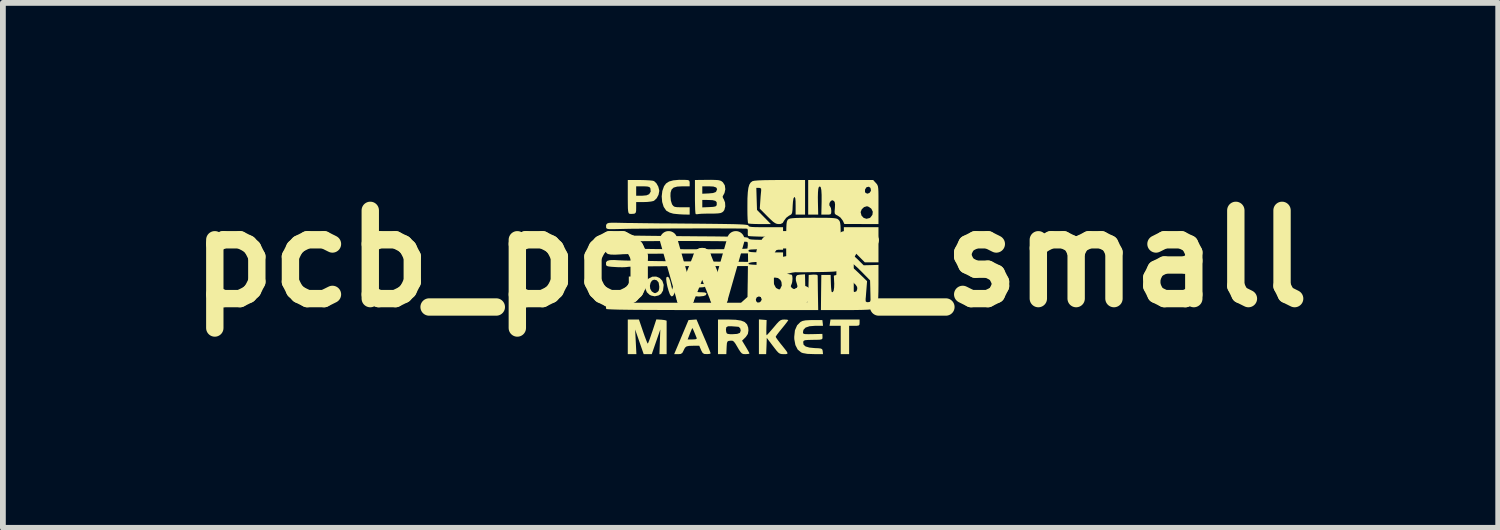
<source format=kicad_pcb>
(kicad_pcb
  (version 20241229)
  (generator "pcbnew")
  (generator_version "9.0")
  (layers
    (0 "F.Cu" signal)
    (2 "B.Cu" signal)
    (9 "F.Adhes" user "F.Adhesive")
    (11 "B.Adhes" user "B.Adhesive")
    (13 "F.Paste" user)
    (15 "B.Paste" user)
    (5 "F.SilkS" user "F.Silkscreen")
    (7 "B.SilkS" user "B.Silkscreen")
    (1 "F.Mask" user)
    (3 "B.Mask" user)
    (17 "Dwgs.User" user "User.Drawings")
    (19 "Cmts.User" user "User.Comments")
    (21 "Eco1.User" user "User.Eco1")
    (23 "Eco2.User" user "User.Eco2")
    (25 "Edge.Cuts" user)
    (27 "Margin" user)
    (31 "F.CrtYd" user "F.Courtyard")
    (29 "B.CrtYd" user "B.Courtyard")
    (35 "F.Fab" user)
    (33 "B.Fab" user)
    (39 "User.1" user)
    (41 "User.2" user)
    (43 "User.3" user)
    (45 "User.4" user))
  (footprint "pcb_power_small"
    (layer "F.Cu")
    (at 9.913 1.418)
    (property "Reference" "pcb_power_small" (at 0 0 0) (layer "F.SilkS") (effects (font (size 1.524 1.524) (thickness 0.3))))
    (attr board_only exclude_from_pos_files exclude_from_bom)
    (fp_poly (pts (xy 2.21 -0.38) (xy 1.612 -0.38) (xy 1.612 -0.544) (xy 2.21 -0.544)) (stroke (width 0) (type solid)) (fill yes) (layer "F.SilkS"))
    (fp_poly (pts (xy 2.21 0.063) (xy 1.974 0.063) (xy 1.862 -0.05) (xy 1.804 -0.106) (xy 1.763 -0.14) (xy 1.729 -0.157) (xy 1.694 -0.163) (xy 1.681 -0.163) (xy 1.612 -0.163) (xy 1.612 -0.326) (xy 2.21 -0.326)) (stroke (width 0) (type solid)) (fill yes) (layer "F.SilkS"))
    (fp_poly (pts (xy 1.884 1.105) (xy 1.882 1.137) (xy 1.87 1.153) (xy 1.838 1.159) (xy 1.794 1.159) (xy 1.703 1.159) (xy 1.703 1.649) (xy 1.558 1.649) (xy 1.558 1.159) (xy 1.365 1.159) (xy 1.381 1.051) (xy 1.884 1.051)) (stroke (width 0) (type solid)) (fill yes) (layer "F.SilkS"))
    (fp_poly (pts (xy -1.935 0.319) (xy -1.882 0.348) (xy -1.852 0.387) (xy -1.848 0.431) (xy -1.871 0.472) (xy -1.921 0.505) (xy -1.965 0.517) (xy -2.008 0.531) (xy -2.027 0.556) (xy -2.033 0.586) (xy -2.047 0.633) (xy -2.07 0.649) (xy -2.085 0.648) (xy -2.094 0.635) (xy -2.099 0.604) (xy -2.101 0.547) (xy -2.102 0.481) (xy -2.102 0.408) (xy -2.029 0.408) (xy -2.022 0.442) (xy -1.992 0.453) (xy -1.985 0.453) (xy -1.946 0.446) (xy -1.929 0.434) (xy -1.929 0.405) (xy -1.952 0.378) (xy -1.988 0.363) (xy -1.995 0.362) (xy -2.022 0.374) (xy -2.029 0.408) (xy -2.102 0.408) (xy -2.102 0.308) (xy -2.011 0.308)) (stroke (width 0) (type solid)) (fill yes) (layer "F.SilkS"))
    (fp_poly (pts (xy -1.538 1.054) (xy -1.487 1.06) (xy -1.455 1.068) (xy -1.449 1.073) (xy -1.449 1.095) (xy -1.449 1.147) (xy -1.449 1.222) (xy -1.449 1.313) (xy -1.449 1.368) (xy -1.449 1.649) (xy -1.573 1.649) (xy -1.566 1.436) (xy -1.558 1.223) (xy -1.632 1.436) (xy -1.706 1.649) (xy -1.845 1.649) (xy -1.919 1.436) (xy -1.993 1.223) (xy -1.982 1.436) (xy -1.971 1.649) (xy -2.12 1.649) (xy -2.12 1.051) (xy -1.927 1.051) (xy -1.856 1.259) (xy -1.828 1.339) (xy -1.803 1.405) (xy -1.785 1.45) (xy -1.775 1.467) (xy -1.775 1.467) (xy -1.766 1.451) (xy -1.748 1.407) (xy -1.725 1.342) (xy -1.698 1.262) (xy -1.696 1.258) (xy -1.627 1.049)) (stroke (width 0) (type solid)) (fill yes) (layer "F.SilkS"))
    (fp_poly (pts (xy -1.569 0.334) (xy -1.523 0.382) (xy -1.501 0.448) (xy -1.501 0.464) (xy -1.511 0.55) (xy -1.545 0.608) (xy -1.588 0.635) (xy -1.654 0.65) (xy -1.713 0.638) (xy -1.742 0.625) (xy -1.79 0.58) (xy -1.816 0.517) (xy -1.818 0.468) (xy -1.738 0.468) (xy -1.732 0.52) (xy -1.708 0.562) (xy -1.699 0.57) (xy -1.666 0.591) (xy -1.646 0.595) (xy -1.619 0.583) (xy -1.611 0.579) (xy -1.587 0.556) (xy -1.577 0.512) (xy -1.576 0.48) (xy -1.587 0.412) (xy -1.62 0.373) (xy -1.664 0.362) (xy -1.702 0.378) (xy -1.727 0.417) (xy -1.738 0.468) (xy -1.818 0.468) (xy -1.818 0.448) (xy -1.796 0.384) (xy -1.762 0.344) (xy -1.696 0.311) (xy -1.629 0.309)) (stroke (width 0) (type solid)) (fill yes) (layer "F.SilkS"))
    (fp_poly (pts (xy -1.128 -1.361) (xy -1.079 -1.358) (xy -1.057 -1.346) (xy -1.051 -1.32) (xy -1.051 -1.304) (xy -1.051 -1.25) (xy -1.176 -1.25) (xy -1.267 -1.245) (xy -1.328 -1.228) (xy -1.364 -1.194) (xy -1.381 -1.14) (xy -1.383 -1.081) (xy -1.376 -1.003) (xy -1.357 -0.943) (xy -1.352 -0.934) (xy -1.333 -0.91) (xy -1.31 -0.896) (xy -1.273 -0.89) (xy -1.212 -0.888) (xy -1.186 -0.888) (xy -1.051 -0.888) (xy -1.051 -0.761) (xy -1.155 -0.763) (xy -1.23 -0.767) (xy -1.304 -0.774) (xy -1.336 -0.778) (xy -1.396 -0.796) (xy -1.448 -0.825) (xy -1.457 -0.832) (xy -1.5 -0.895) (xy -1.526 -0.979) (xy -1.534 -1.075) (xy -1.523 -1.17) (xy -1.494 -1.252) (xy -1.459 -1.299) (xy -1.407 -1.333) (xy -1.334 -1.353) (xy -1.235 -1.362)) (stroke (width 0) (type solid)) (fill yes) (layer "F.SilkS"))
    (fp_poly (pts (xy -0.811 1.336) (xy -0.77 1.43) (xy -0.736 1.513) (xy -0.709 1.579) (xy -0.693 1.621) (xy -0.688 1.635) (xy -0.704 1.644) (xy -0.744 1.648) (xy -0.756 1.648) (xy -0.801 1.645) (xy -0.827 1.628) (xy -0.849 1.589) (xy -0.855 1.576) (xy -0.885 1.504) (xy -0.991 1.504) (xy -1.06 1.506) (xy -1.104 1.515) (xy -1.131 1.537) (xy -1.152 1.576) (xy -1.158 1.59) (xy -1.179 1.629) (xy -1.208 1.646) (xy -1.25 1.649) (xy -1.319 1.649) (xy -1.212 1.395) (xy -1.086 1.395) (xy -1.003 1.395) (xy -0.95 1.392) (xy -0.929 1.381) (xy -0.929 1.372) (xy -0.963 1.288) (xy -0.986 1.234) (xy -1 1.205) (xy -1.006 1.199) (xy -1.015 1.218) (xy -1.033 1.26) (xy -1.049 1.3) (xy -1.086 1.395) (xy -1.212 1.395) (xy -1.195 1.354) (xy -1.071 1.06) (xy -1.002 1.055) (xy -0.933 1.05)) (stroke (width 0) (type solid)) (fill yes) (layer "F.SilkS"))
    (fp_poly (pts (xy -0.532 0.312) (xy -0.487 0.324) (xy -0.469 0.337) (xy -0.44 0.381) (xy -0.438 0.428) (xy -0.462 0.465) (xy -0.472 0.471) (xy -0.508 0.491) (xy -0.47 0.545) (xy -0.446 0.592) (xy -0.443 0.63) (xy -0.461 0.651) (xy -0.47 0.652) (xy -0.49 0.638) (xy -0.519 0.602) (xy -0.534 0.58) (xy -0.574 0.527) (xy -0.605 0.509) (xy -0.627 0.525) (xy -0.638 0.574) (xy -0.648 0.621) (xy -0.666 0.647) (xy -0.686 0.648) (xy -0.698 0.629) (xy -0.702 0.6) (xy -0.704 0.545) (xy -0.703 0.475) (xy -0.703 0.46) (xy -0.701 0.408) (xy -0.634 0.408) (xy -0.621 0.444) (xy -0.585 0.454) (xy -0.536 0.442) (xy -0.508 0.421) (xy -0.51 0.397) (xy -0.537 0.375) (xy -0.583 0.363) (xy -0.599 0.362) (xy -0.627 0.374) (xy -0.634 0.408) (xy -0.701 0.408) (xy -0.698 0.317) (xy -0.6 0.312)) (stroke (width 0) (type solid)) (fill yes) (layer "F.SilkS"))
    (fp_poly (pts (xy -1.056 0.315) (xy -1.054 0.338) (xy -1.061 0.391) (xy -1.076 0.465) (xy -1.098 0.555) (xy -1.107 0.587) (xy -1.128 0.636) (xy -1.152 0.65) (xy -1.178 0.629) (xy -1.207 0.574) (xy -1.224 0.525) (xy -1.262 0.408) (xy -1.286 0.507) (xy -1.31 0.589) (xy -1.335 0.638) (xy -1.36 0.653) (xy -1.384 0.632) (xy -1.395 0.611) (xy -1.416 0.552) (xy -1.435 0.484) (xy -1.449 0.417) (xy -1.456 0.361) (xy -1.455 0.327) (xy -1.452 0.322) (xy -1.429 0.311) (xy -1.409 0.329) (xy -1.39 0.379) (xy -1.377 0.429) (xy -1.353 0.534) (xy -1.324 0.426) (xy -1.298 0.352) (xy -1.27 0.314) (xy -1.241 0.312) (xy -1.214 0.345) (xy -1.192 0.413) (xy -1.186 0.44) (xy -1.174 0.485) (xy -1.16 0.495) (xy -1.146 0.47) (xy -1.134 0.411) (xy -1.133 0.407) (xy -1.118 0.35) (xy -1.095 0.315) (xy -1.068 0.307)) (stroke (width 0) (type solid)) (fill yes) (layer "F.SilkS"))
    (fp_poly (pts (xy -0.779 0.314) (xy -0.763 0.324) (xy -0.761 0.334) (xy -0.77 0.352) (xy -0.801 0.36) (xy -0.851 0.362) (xy -0.906 0.364) (xy -0.933 0.372) (xy -0.942 0.39) (xy -0.942 0.399) (xy -0.937 0.421) (xy -0.915 0.432) (xy -0.866 0.435) (xy -0.861 0.435) (xy -0.807 0.438) (xy -0.782 0.45) (xy -0.779 0.462) (xy -0.783 0.48) (xy -0.799 0.49) (xy -0.837 0.495) (xy -0.879 0.496) (xy -0.92 0.505) (xy -0.937 0.531) (xy -0.939 0.539) (xy -0.939 0.563) (xy -0.925 0.575) (xy -0.889 0.579) (xy -0.853 0.58) (xy -0.794 0.583) (xy -0.765 0.594) (xy -0.761 0.605) (xy -0.772 0.63) (xy -0.81 0.645) (xy -0.877 0.652) (xy -0.908 0.652) (xy -0.972 0.647) (xy -1.004 0.632) (xy -1.007 0.628) (xy -1.011 0.599) (xy -1.012 0.545) (xy -1.011 0.476) (xy -1.011 0.46) (xy -1.005 0.317) (xy -0.883 0.312) (xy -0.817 0.31)) (stroke (width 0) (type solid)) (fill yes) (layer "F.SilkS"))
    (fp_poly (pts (xy -1.824 -1.357) (xy -1.748 -1.353) (xy -1.692 -1.347) (xy -1.666 -1.34) (xy -1.626 -1.303) (xy -1.593 -1.245) (xy -1.577 -1.182) (xy -1.576 -1.169) (xy -1.589 -1.103) (xy -1.621 -1.043) (xy -1.665 -1.002) (xy -1.678 -0.996) (xy -1.719 -0.987) (xy -1.783 -0.98) (xy -1.849 -0.978) (xy -1.975 -0.978) (xy -1.975 -0.881) (xy -1.976 -0.824) (xy -1.984 -0.793) (xy -2.001 -0.779) (xy -2.016 -0.776) (xy -2.063 -0.773) (xy -2.088 -0.775) (xy -2.1 -0.781) (xy -2.108 -0.795) (xy -2.114 -0.824) (xy -2.118 -0.872) (xy -2.119 -0.944) (xy -2.12 -1.047) (xy -2.12 -1.07) (xy -2.12 -1.087) (xy -1.975 -1.087) (xy -1.876 -1.087) (xy -1.797 -1.094) (xy -1.751 -1.114) (xy -1.75 -1.115) (xy -1.724 -1.159) (xy -1.729 -1.211) (xy -1.732 -1.221) (xy -1.748 -1.238) (xy -1.784 -1.247) (xy -1.847 -1.25) (xy -1.859 -1.25) (xy -1.975 -1.25) (xy -1.975 -1.087) (xy -2.12 -1.087) (xy -2.12 -1.359) (xy -1.91 -1.359)) (stroke (width 0) (type solid)) (fill yes) (layer "F.SilkS"))
    (fp_poly (pts (xy 0.211 1.054) (xy 0.278 1.06) (xy 0.274 1.191) (xy 0.273 1.255) (xy 0.274 1.302) (xy 0.278 1.322) (xy 0.278 1.323) (xy 0.293 1.309) (xy 0.325 1.274) (xy 0.369 1.223) (xy 0.4 1.187) (xy 0.453 1.124) (xy 0.491 1.084) (xy 0.521 1.062) (xy 0.549 1.053) (xy 0.582 1.051) (xy 0.627 1.053) (xy 0.651 1.059) (xy 0.652 1.061) (xy 0.641 1.079) (xy 0.612 1.118) (xy 0.57 1.171) (xy 0.544 1.203) (xy 0.496 1.262) (xy 0.459 1.31) (xy 0.438 1.342) (xy 0.435 1.349) (xy 0.445 1.369) (xy 0.474 1.409) (xy 0.515 1.463) (xy 0.532 1.484) (xy 0.588 1.554) (xy 0.624 1.601) (xy 0.639 1.629) (xy 0.635 1.643) (xy 0.614 1.648) (xy 0.577 1.649) (xy 0.574 1.649) (xy 0.536 1.647) (xy 0.507 1.64) (xy 0.48 1.622) (xy 0.448 1.587) (xy 0.404 1.53) (xy 0.387 1.508) (xy 0.281 1.368) (xy 0.276 1.508) (xy 0.27 1.649) (xy 0.145 1.649) (xy 0.145 1.049)) (stroke (width 0) (type solid)) (fill yes) (layer "F.SilkS"))
    (fp_poly (pts (xy 1.247 1.11) (xy 1.252 1.159) (xy 1.119 1.159) (xy 1.019 1.167) (xy 0.951 1.19) (xy 0.914 1.229) (xy 0.906 1.27) (xy 0.908 1.287) (xy 0.92 1.298) (xy 0.948 1.303) (xy 0.999 1.304) (xy 1.073 1.303) (xy 1.241 1.299) (xy 1.243 1.347) (xy 1.243 1.371) (xy 1.238 1.386) (xy 1.221 1.395) (xy 1.185 1.4) (xy 1.124 1.401) (xy 1.06 1.402) (xy 0.987 1.404) (xy 0.943 1.408) (xy 0.921 1.417) (xy 0.911 1.432) (xy 0.91 1.441) (xy 0.916 1.485) (xy 0.951 1.516) (xy 1.016 1.535) (xy 1.106 1.544) (xy 1.175 1.547) (xy 1.215 1.552) (xy 1.236 1.563) (xy 1.244 1.581) (xy 1.247 1.599) (xy 1.252 1.649) (xy 1.093 1.648) (xy 0.981 1.644) (xy 0.903 1.63) (xy 0.875 1.619) (xy 0.815 1.57) (xy 0.775 1.492) (xy 0.756 1.39) (xy 0.755 1.35) (xy 0.767 1.237) (xy 0.805 1.15) (xy 0.864 1.092) (xy 0.9 1.075) (xy 0.95 1.065) (xy 1.024 1.061) (xy 1.077 1.06) (xy 1.241 1.06)) (stroke (width 0) (type solid)) (fill yes) (layer "F.SilkS"))
    (fp_poly (pts (xy -0.256 1.055) (xy -0.164 1.069) (xy -0.1 1.095) (xy -0.06 1.135) (xy -0.04 1.191) (xy -0.036 1.241) (xy -0.046 1.3) (xy -0.081 1.352) (xy -0.091 1.362) (xy -0.146 1.416) (xy -0.082 1.521) (xy -0.05 1.576) (xy -0.027 1.617) (xy -0.018 1.637) (xy -0.034 1.645) (xy -0.074 1.648) (xy -0.087 1.649) (xy -0.123 1.647) (xy -0.149 1.637) (xy -0.173 1.611) (xy -0.204 1.565) (xy -0.224 1.53) (xy -0.26 1.469) (xy -0.286 1.434) (xy -0.309 1.418) (xy -0.336 1.416) (xy -0.35 1.417) (xy -0.381 1.421) (xy -0.399 1.433) (xy -0.408 1.46) (xy -0.412 1.513) (xy -0.413 1.535) (xy -0.418 1.649) (xy -0.562 1.649) (xy -0.562 1.224) (xy -0.425 1.224) (xy -0.42 1.264) (xy -0.412 1.287) (xy -0.393 1.299) (xy -0.353 1.304) (xy -0.308 1.304) (xy -0.231 1.299) (xy -0.187 1.283) (xy -0.182 1.278) (xy -0.169 1.241) (xy -0.178 1.203) (xy -0.203 1.178) (xy -0.214 1.176) (xy -0.25 1.173) (xy -0.305 1.169) (xy -0.329 1.167) (xy -0.388 1.167) (xy -0.418 1.184) (xy -0.425 1.224) (xy -0.562 1.224) (xy -0.562 1.051) (xy -0.38 1.051)) (stroke (width 0) (type solid)) (fill yes) (layer "F.SilkS"))
    (fp_poly (pts (xy 0.942 -0.761) (xy 0.779 -0.761) (xy 0.779 -0.916) (xy 0.778 -0.995) (xy 0.773 -1.043) (xy 0.764 -1.063) (xy 0.756 -1.064) (xy 0.742 -1.041) (xy 0.733 -0.983) (xy 0.728 -0.913) (xy 0.725 -0.842) (xy 0.719 -0.797) (xy 0.709 -0.771) (xy 0.689 -0.755) (xy 0.665 -0.743) (xy 0.616 -0.706) (xy 0.58 -0.657) (xy 0.555 -0.616) (xy 0.521 -0.6) (xy 0.489 -0.598) (xy 0.456 -0.601) (xy 0.425 -0.614) (xy 0.388 -0.64) (xy 0.338 -0.686) (xy 0.292 -0.731) (xy 0.16 -0.864) (xy 0.169 -0.998) (xy 0.174 -1.071) (xy 0.18 -1.135) (xy 0.184 -1.177) (xy 0.184 -1.178) (xy 0.183 -1.211) (xy 0.159 -1.222) (xy 0.145 -1.223) (xy 0.1 -1.223) (xy 0.106 -1.033) (xy 0.112 -0.842) (xy 0.232 -0.72) (xy 0.352 -0.598) (xy 0.161 -0.598) (xy 0.081 -0.599) (xy 0.015 -0.602) (xy -0.029 -0.606) (xy -0.042 -0.61) (xy -0.046 -0.631) (xy -0.05 -0.682) (xy -0.053 -0.757) (xy -0.054 -0.848) (xy -0.054 -0.909) (xy -0.053 -1.044) (xy -0.047 -1.147) (xy -0.037 -1.223) (xy -0.021 -1.278) (xy 0.001 -1.314) (xy 0.032 -1.338) (xy 0.034 -1.339) (xy 0.065 -1.346) (xy 0.131 -1.352) (xy 0.229 -1.356) (xy 0.357 -1.358) (xy 0.506 -1.359) (xy 0.942 -1.359)) (stroke (width 0) (type solid)) (fill yes) (layer "F.SilkS"))
    (fp_poly (pts (xy 1.215 -0.706) (xy 1.315 -0.706) (xy 1.388 -0.704) (xy 1.44 -0.7) (xy 1.475 -0.695) (xy 1.498 -0.688) (xy 1.513 -0.678) (xy 1.522 -0.67) (xy 1.534 -0.656) (xy 1.543 -0.638) (xy 1.549 -0.611) (xy 1.554 -0.57) (xy 1.556 -0.511) (xy 1.558 -0.427) (xy 1.558 -0.315) (xy 1.558 -0.239) (xy 1.558 -0.102) (xy 1.556 0.003) (xy 1.553 0.081) (xy 1.548 0.135) (xy 1.542 0.17) (xy 1.533 0.19) (xy 1.532 0.191) (xy 1.522 0.203) (xy 1.506 0.212) (xy 1.48 0.218) (xy 1.439 0.223) (xy 1.379 0.226) (xy 1.295 0.229) (xy 1.182 0.231) (xy 1.099 0.232) (xy 0.967 0.234) (xy 0.866 0.235) (xy 0.792 0.234) (xy 0.74 0.232) (xy 0.705 0.228) (xy 0.682 0.221) (xy 0.666 0.211) (xy 0.654 0.201) (xy 0.641 0.187) (xy 0.632 0.169) (xy 0.625 0.144) (xy 0.621 0.105) (xy 0.618 0.048) (xy 0.617 -0.031) (xy 0.616 -0.138) (xy 0.616 -0.242) (xy 0.616 -0.374) (xy 0.617 -0.475) (xy 0.619 -0.549) (xy 0.622 -0.601) (xy 0.627 -0.636) (xy 0.635 -0.658) (xy 0.644 -0.672) (xy 0.649 -0.677) (xy 0.664 -0.687) (xy 0.687 -0.694) (xy 0.724 -0.699) (xy 0.778 -0.703) (xy 0.854 -0.705) (xy 0.958 -0.706) (xy 1.084 -0.707)) (stroke (width 0) (type solid)) (fill yes) (layer "F.SilkS"))
    (fp_poly (pts (xy -0.608 -1.36) (xy -0.558 -1.357) (xy -0.524 -1.349) (xy -0.499 -1.337) (xy -0.477 -1.319) (xy -0.476 -1.318) (xy -0.444 -1.266) (xy -0.435 -1.2) (xy -0.449 -1.135) (xy -0.463 -1.109) (xy -0.481 -1.076) (xy -0.476 -1.048) (xy -0.463 -1.029) (xy -0.44 -0.971) (xy -0.436 -0.903) (xy -0.452 -0.842) (xy -0.471 -0.815) (xy -0.492 -0.799) (xy -0.52 -0.788) (xy -0.563 -0.782) (xy -0.628 -0.779) (xy -0.696 -0.779) (xy -0.777 -0.778) (xy -0.846 -0.776) (xy -0.894 -0.772) (xy -0.91 -0.769) (xy -0.94 -0.768) (xy -0.948 -0.772) (xy -0.952 -0.794) (xy -0.956 -0.845) (xy -0.958 -0.92) (xy -0.96 -1.012) (xy -0.96 -1.015) (xy -0.833 -1.015) (xy -0.833 -0.886) (xy -0.711 -0.891) (xy -0.646 -0.895) (xy -0.608 -0.902) (xy -0.59 -0.914) (xy -0.583 -0.936) (xy -0.583 -0.94) (xy -0.585 -0.977) (xy -0.608 -0.999) (xy -0.656 -1.011) (xy -0.729 -1.014) (xy -0.833 -1.015) (xy -0.96 -1.015) (xy -0.96 -1.072) (xy -0.96 -1.122) (xy -0.833 -1.122) (xy -0.722 -1.127) (xy -0.648 -1.134) (xy -0.605 -1.149) (xy -0.592 -1.162) (xy -0.577 -1.202) (xy -0.593 -1.23) (xy -0.641 -1.246) (xy -0.715 -1.25) (xy -0.833 -1.25) (xy -0.833 -1.122) (xy -0.96 -1.122) (xy -0.96 -1.359) (xy -0.784 -1.361) (xy -0.681 -1.362)) (stroke (width 0) (type solid)) (fill yes) (layer "F.SilkS"))
    (fp_poly (pts (xy -2.326 -0.621) (xy -2.29 -0.62) (xy -2.238 -0.619) (xy -2.154 -0.617) (xy -2.042 -0.616) (xy -1.905 -0.614) (xy -1.748 -0.612) (xy -1.575 -0.61) (xy -1.39 -0.609) (xy -1.196 -0.607) (xy -1.073 -0.606) (xy -0.851 -0.604) (xy -0.662 -0.602) (xy -0.504 -0.6) (xy -0.374 -0.598) (xy -0.27 -0.596) (xy -0.189 -0.593) (xy -0.129 -0.59) (xy -0.086 -0.586) (xy -0.058 -0.582) (xy -0.042 -0.578) (xy -0.036 -0.572) (xy -0.036 -0.57) (xy -0.031 -0.56) (xy -0.013 -0.553) (xy 0.022 -0.548) (xy 0.081 -0.545) (xy 0.167 -0.544) (xy 0.263 -0.544) (xy 0.562 -0.544) (xy 0.562 -0.38) (xy 0.264 -0.38) (xy 0.164 -0.381) (xy 0.077 -0.384) (xy 0.009 -0.387) (xy -0.032 -0.391) (xy -0.043 -0.395) (xy -0.048 -0.422) (xy -0.047 -0.459) (xy -0.047 -0.498) (xy -0.056 -0.517) (xy -0.076 -0.519) (xy -0.129 -0.52) (xy -0.21 -0.521) (xy -0.316 -0.522) (xy -0.444 -0.522) (xy -0.588 -0.523) (xy -0.747 -0.523) (xy -0.915 -0.523) (xy -1.089 -0.522) (xy -1.265 -0.522) (xy -1.439 -0.521) (xy -1.608 -0.52) (xy -1.768 -0.519) (xy -1.916 -0.518) (xy -2.046 -0.517) (xy -2.156 -0.515) (xy -2.241 -0.513) (xy -2.287 -0.512) (xy -2.375 -0.51) (xy -2.433 -0.51) (xy -2.467 -0.514) (xy -2.486 -0.523) (xy -2.494 -0.536) (xy -2.495 -0.576) (xy -2.487 -0.596) (xy -2.473 -0.609) (xy -2.446 -0.618) (xy -2.399 -0.621)) (stroke (width 0) (type solid)) (fill yes) (layer "F.SilkS"))
    (fp_poly (pts (xy 2.164 -1.309) (xy 2.18 -1.291) (xy 2.192 -1.272) (xy 2.201 -1.247) (xy 2.206 -1.211) (xy 2.209 -1.157) (xy 2.21 -1.08) (xy 2.21 -0.975) (xy 2.21 -0.929) (xy 2.21 -0.598) (xy 1.621 -0.599) (xy 1.594 -0.657) (xy 1.554 -0.71) (xy 1.507 -0.743) (xy 1.473 -0.76) (xy 1.456 -0.778) (xy 1.453 -0.802) (xy 1.902 -0.802) (xy 1.917 -0.744) (xy 1.954 -0.705) (xy 2.003 -0.689) (xy 2.057 -0.702) (xy 2.07 -0.711) (xy 2.105 -0.757) (xy 2.112 -0.811) (xy 2.088 -0.861) (xy 2.081 -0.868) (xy 2.043 -0.895) (xy 2.012 -0.906) (xy 1.961 -0.891) (xy 1.921 -0.853) (xy 1.902 -0.806) (xy 1.902 -0.802) (xy 1.453 -0.802) (xy 1.452 -0.809) (xy 1.456 -0.864) (xy 1.457 -0.872) (xy 1.46 -0.938) (xy 1.454 -0.978) (xy 1.44 -0.997) (xy 1.411 -1.01) (xy 1.386 -0.996) (xy 1.364 -0.962) (xy 1.361 -0.923) (xy 1.377 -0.897) (xy 1.389 -0.873) (xy 1.395 -0.829) (xy 1.395 -0.823) (xy 1.393 -0.786) (xy 1.382 -0.767) (xy 1.352 -0.761) (xy 1.309 -0.761) (xy 1.223 -0.761) (xy 1.228 -0.983) (xy 1.228 -1.103) (xy 1.225 -1.154) (xy 1.977 -1.154) (xy 1.988 -1.135) (xy 2.02 -1.123) (xy 2.055 -1.136) (xy 2.078 -1.169) (xy 2.08 -1.18) (xy 2.072 -1.222) (xy 2.045 -1.243) (xy 2.008 -1.236) (xy 2 -1.23) (xy 1.978 -1.195) (xy 1.977 -1.154) (xy 1.225 -1.154) (xy 1.223 -1.187) (xy 1.212 -1.236) (xy 1.196 -1.249) (xy 1.177 -1.232) (xy 1.17 -1.203) (xy 1.165 -1.144) (xy 1.163 -1.063) (xy 1.164 -0.983) (xy 1.169 -0.761) (xy 1.082 -0.761) (xy 0.996 -0.761) (xy 0.996 -1.359) (xy 2.118 -1.359)) (stroke (width 0) (type solid)) (fill yes) (layer "F.SilkS"))
    (fp_poly (pts (xy 1.679 -0.103) (xy 1.728 -0.087) (xy 1.782 -0.051) (xy 1.848 0.009) (xy 1.85 0.011) (xy 1.954 0.114) (xy 2.082 0.111) (xy 2.21 0.107) (xy 2.21 0.433) (xy 2.209 0.565) (xy 2.206 0.666) (xy 2.2 0.74) (xy 2.19 0.792) (xy 2.175 0.828) (xy 2.154 0.851) (xy 2.126 0.868) (xy 2.09 0.875) (xy 2.021 0.881) (xy 1.918 0.885) (xy 1.784 0.887) (xy 1.649 0.888) (xy 1.216 0.888) (xy 1.219 0.584) (xy 1.223 0.281) (xy 1.384 0.281) (xy 1.388 0.422) (xy 1.391 0.491) (xy 1.396 0.544) (xy 1.402 0.574) (xy 1.403 0.576) (xy 1.421 0.578) (xy 1.436 0.551) (xy 1.444 0.498) (xy 1.446 0.427) (xy 1.445 0.414) (xy 1.444 0.393) (xy 1.623 0.393) (xy 1.635 0.431) (xy 1.675 0.484) (xy 1.701 0.512) (xy 1.755 0.559) (xy 1.799 0.576) (xy 1.83 0.562) (xy 1.844 0.523) (xy 1.841 0.488) (xy 1.817 0.451) (xy 1.773 0.41) (xy 1.719 0.367) (xy 1.682 0.348) (xy 1.655 0.35) (xy 1.636 0.365) (xy 1.623 0.393) (xy 1.444 0.393) (xy 1.439 0.293) (xy 1.494 0.278) (xy 1.54 0.253) (xy 1.577 0.203) (xy 1.585 0.186) (xy 1.615 0.136) (xy 1.647 0.11) (xy 1.686 0.109) (xy 1.736 0.134) (xy 1.802 0.185) (xy 1.869 0.248) (xy 2.013 0.388) (xy 2.003 0.516) (xy 1.997 0.589) (xy 1.992 0.655) (xy 1.988 0.698) (xy 1.989 0.736) (xy 2.007 0.75) (xy 2.029 0.752) (xy 2.064 0.744) (xy 2.073 0.716) (xy 2.073 0.711) (xy 2.072 0.674) (xy 2.071 0.613) (xy 2.069 0.539) (xy 2.069 0.523) (xy 2.065 0.375) (xy 1.916 0.223) (xy 1.846 0.154) (xy 1.794 0.107) (xy 1.752 0.078) (xy 1.713 0.063) (xy 1.67 0.057) (xy 1.653 0.056) (xy 1.628 0.051) (xy 1.616 0.031) (xy 1.613 -0.012) (xy 1.612 -0.03) (xy 1.612 -0.113)) (stroke (width 0) (type solid)) (fill yes) (layer "F.SilkS"))
    (fp_poly (pts (xy -2.326 -0.403) (xy -2.29 -0.402) (xy -2.238 -0.401) (xy -2.154 -0.4) (xy -2.042 -0.398) (xy -1.905 -0.397) (xy -1.748 -0.395) (xy -1.575 -0.393) (xy -1.39 -0.391) (xy -1.196 -0.389) (xy -1.073 -0.388) (xy -0.851 -0.386) (xy -0.662 -0.385) (xy -0.504 -0.383) (xy -0.374 -0.381) (xy -0.27 -0.378) (xy -0.189 -0.376) (xy -0.129 -0.373) (xy -0.086 -0.369) (xy -0.058 -0.365) (xy -0.042 -0.36) (xy -0.036 -0.355) (xy -0.036 -0.353) (xy -0.031 -0.343) (xy -0.013 -0.336) (xy 0.022 -0.331) (xy 0.081 -0.328) (xy 0.167 -0.326) (xy 0.263 -0.326) (xy 0.562 -0.326) (xy 0.562 -0.24) (xy 0.562 -0.154) (xy 0.263 -0.159) (xy 0.151 -0.161) (xy 0.071 -0.161) (xy 0.017 -0.159) (xy -0.016 -0.155) (xy -0.032 -0.148) (xy -0.036 -0.137) (xy -0.036 -0.137) (xy -0.032 -0.126) (xy -0.016 -0.119) (xy 0.017 -0.114) (xy 0.071 -0.111) (xy 0.152 -0.109) (xy 0.263 -0.109) (xy 0.562 -0.109) (xy 0.562 -0.023) (xy 0.562 0.063) (xy 0.304 0.058) (xy 0.18 0.056) (xy 0.087 0.057) (xy 0.024 0.062) (xy -0.015 0.07) (xy -0.034 0.082) (xy -0.036 0.091) (xy -0.019 0.098) (xy 0.032 0.103) (xy 0.111 0.107) (xy 0.217 0.109) (xy 0.261 0.109) (xy 0.558 0.109) (xy 0.57 0.159) (xy 0.599 0.223) (xy 0.643 0.262) (xy 0.682 0.272) (xy 0.709 0.276) (xy 0.721 0.295) (xy 0.725 0.338) (xy 0.725 0.35) (xy 0.72 0.403) (xy 0.709 0.442) (xy 0.704 0.449) (xy 0.695 0.477) (xy 0.713 0.505) (xy 0.747 0.524) (xy 0.764 0.525) (xy 0.799 0.512) (xy 0.811 0.476) (xy 0.799 0.428) (xy 0.798 0.427) (xy 0.784 0.378) (xy 0.782 0.334) (xy 0.79 0.3) (xy 0.809 0.283) (xy 0.852 0.276) (xy 0.865 0.275) (xy 0.941 0.27) (xy 0.946 0.509) (xy 0.95 0.619) (xy 0.955 0.695) (xy 0.963 0.74) (xy 0.973 0.756) (xy 0.983 0.75) (xy 0.99 0.72) (xy 0.995 0.663) (xy 0.999 0.575) (xy 1 0.522) (xy 1.005 0.281) (xy 1.082 0.275) (xy 1.136 0.276) (xy 1.158 0.287) (xy 1.16 0.293) (xy 1.16 0.319) (xy 1.161 0.374) (xy 1.162 0.451) (xy 1.163 0.545) (xy 1.164 0.602) (xy 1.169 0.888) (xy -0.656 0.888) (xy -0.99 0.888) (xy -1.289 0.887) (xy -1.554 0.886) (xy -1.783 0.885) (xy -1.98 0.884) (xy -2.143 0.882) (xy -2.275 0.88) (xy -2.374 0.877) (xy -2.443 0.874) (xy -2.482 0.871) (xy -2.492 0.869) (xy -2.497 0.838) (xy -2.492 0.805) (xy -2.481 0.761) (xy -0.164 0.761) (xy -0.108 0.711) (xy -0.099 0.703) (xy 0.092 0.703) (xy 0.097 0.734) (xy 0.121 0.758) (xy 0.156 0.754) (xy 0.181 0.734) (xy 0.195 0.696) (xy 0.18 0.664) (xy 0.145 0.652) (xy 0.108 0.667) (xy 0.092 0.703) (xy -0.099 0.703) (xy -0.052 0.661) (xy -0.049 0.436) (xy 0.29 0.436) (xy 0.304 0.501) (xy 0.342 0.546) (xy 0.393 0.568) (xy 0.451 0.564) (xy 0.505 0.529) (xy 0.512 0.522) (xy 0.54 0.464) (xy 0.534 0.402) (xy 0.515 0.366) (xy 0.474 0.334) (xy 0.42 0.326) (xy 0.364 0.339) (xy 0.318 0.37) (xy 0.292 0.416) (xy 0.29 0.436) (xy -0.049 0.436) (xy -0.048 0.394) (xy -0.045 0.127) (xy -1.069 0.128) (xy -1.259 0.129) (xy -1.438 0.129) (xy -1.604 0.131) (xy -1.753 0.132) (xy -1.881 0.134) (xy -1.986 0.136) (xy -2.063 0.138) (xy -2.11 0.14) (xy -2.123 0.142) (xy -2.154 0.146) (xy -2.211 0.148) (xy -2.285 0.147) (xy -2.322 0.145) (xy -2.402 0.14) (xy -2.452 0.134) (xy -2.48 0.126) (xy -2.493 0.113) (xy -2.496 0.098) (xy -2.495 0.061) (xy -2.473 0.037) (xy -2.428 0.025) (xy -2.355 0.023) (xy -2.288 0.027) (xy -2.24 0.029) (xy -2.16 0.032) (xy -2.052 0.034) (xy -1.918 0.037) (xy -1.764 0.039) (xy -1.594 0.042) (xy -1.41 0.044) (xy -1.217 0.046) (xy -1.085 0.047) (xy -0.042 0.055) (xy -0.043 -0.018) (xy -0.044 -0.091) (xy -1.059 -0.089) (xy -1.253 -0.088) (xy -1.441 -0.088) (xy -1.618 -0.086) (xy -1.78 -0.085) (xy -1.925 -0.083) (xy -2.047 -0.081) (xy -2.142 -0.079) (xy -2.208 -0.077) (xy -2.23 -0.075) (xy -2.338 -0.069) (xy -2.414 -0.071) (xy -2.464 -0.081) (xy -2.49 -0.1) (xy -2.497 -0.117) (xy -2.493 -0.153) (xy -2.462 -0.179) (xy -2.402 -0.193) (xy -2.31 -0.199) (xy -2.289 -0.199) (xy -2.219 -0.197) (xy -2.164 -0.192) (xy -2.132 -0.184) (xy -2.129 -0.181) (xy -2.109 -0.178) (xy -2.058 -0.175) (xy -1.978 -0.172) (xy -1.874 -0.17) (xy -1.749 -0.168) (xy -1.608 -0.166) (xy -1.455 -0.165) (xy -1.292 -0.164) (xy -1.125 -0.163) (xy -0.958 -0.163) (xy -0.793 -0.163) (xy -0.636 -0.163) (xy -0.489 -0.164) (xy -0.357 -0.166) (xy -0.244 -0.167) (xy -0.154 -0.169) (xy -0.09 -0.172) (xy -0.057 -0.175) (xy -0.053 -0.177) (xy -0.05 -0.204) (xy -0.047 -0.23) (xy -0.048 -0.271) (xy -0.054 -0.289) (xy -0.073 -0.292) (xy -0.125 -0.295) (xy -0.206 -0.297) (xy -0.312 -0.299) (xy -0.439 -0.301) (xy -0.584 -0.303) (xy -0.743 -0.304) (xy -0.912 -0.305) (xy -1.087 -0.305) (xy -1.266 -0.305) (xy -1.443 -0.305) (xy -1.616 -0.304) (xy -1.78 -0.303) (xy -1.932 -0.302) (xy -2.069 -0.3) (xy -2.186 -0.298) (xy -2.28 -0.295) (xy -2.287 -0.295) (xy -2.375 -0.292) (xy -2.433 -0.293) (xy -2.467 -0.297) (xy -2.486 -0.306) (xy -2.494 -0.318) (xy -2.495 -0.359) (xy -2.487 -0.378) (xy -2.473 -0.392) (xy -2.446 -0.4) (xy -2.399 -0.404)) (stroke (width 0) (type solid)) (fill yes) (layer "F.SilkS")))
  (gr_rect
    (start -3 -3)
    (end 22.827 6.067)
    (stroke (width 0.1) (type default))
    (fill no)
    (layer "Edge.Cuts")))
</source>
